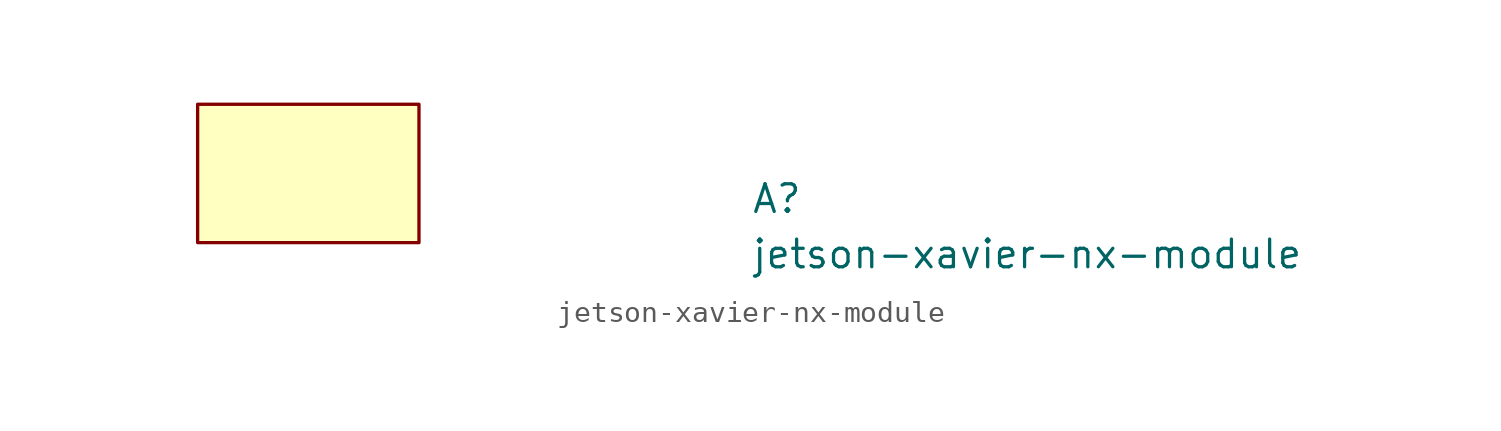
<source format=kicad_sym>
(kicad_symbol_lib
  (version 20211014)
  (generator kicad_symbol_editor)
  (symbol "jetson-xavier-nx-module"
    (pin_names
      (offset 1.016))
    (property "Reference" "A"
      (at 25.4 -5.08 0)
      (effects (font (size 1.27 1.27) (thickness 0.15)) (justify left bottom)))
    (property "Value" "jetson-xavier-nx-module"
      (at 25.4 -7.62 0)
      (effects (font (size 1.27 1.27) (thickness 0.15)) (justify left bottom)))
    (symbol "jetson-xavier-nx-module_0_1"
      (rectangle (start 10.16 -6.35) (end 0 0) (stroke (width 0) (type default) (color 0 0 0 0)) (fill (type background))))))
</source>
